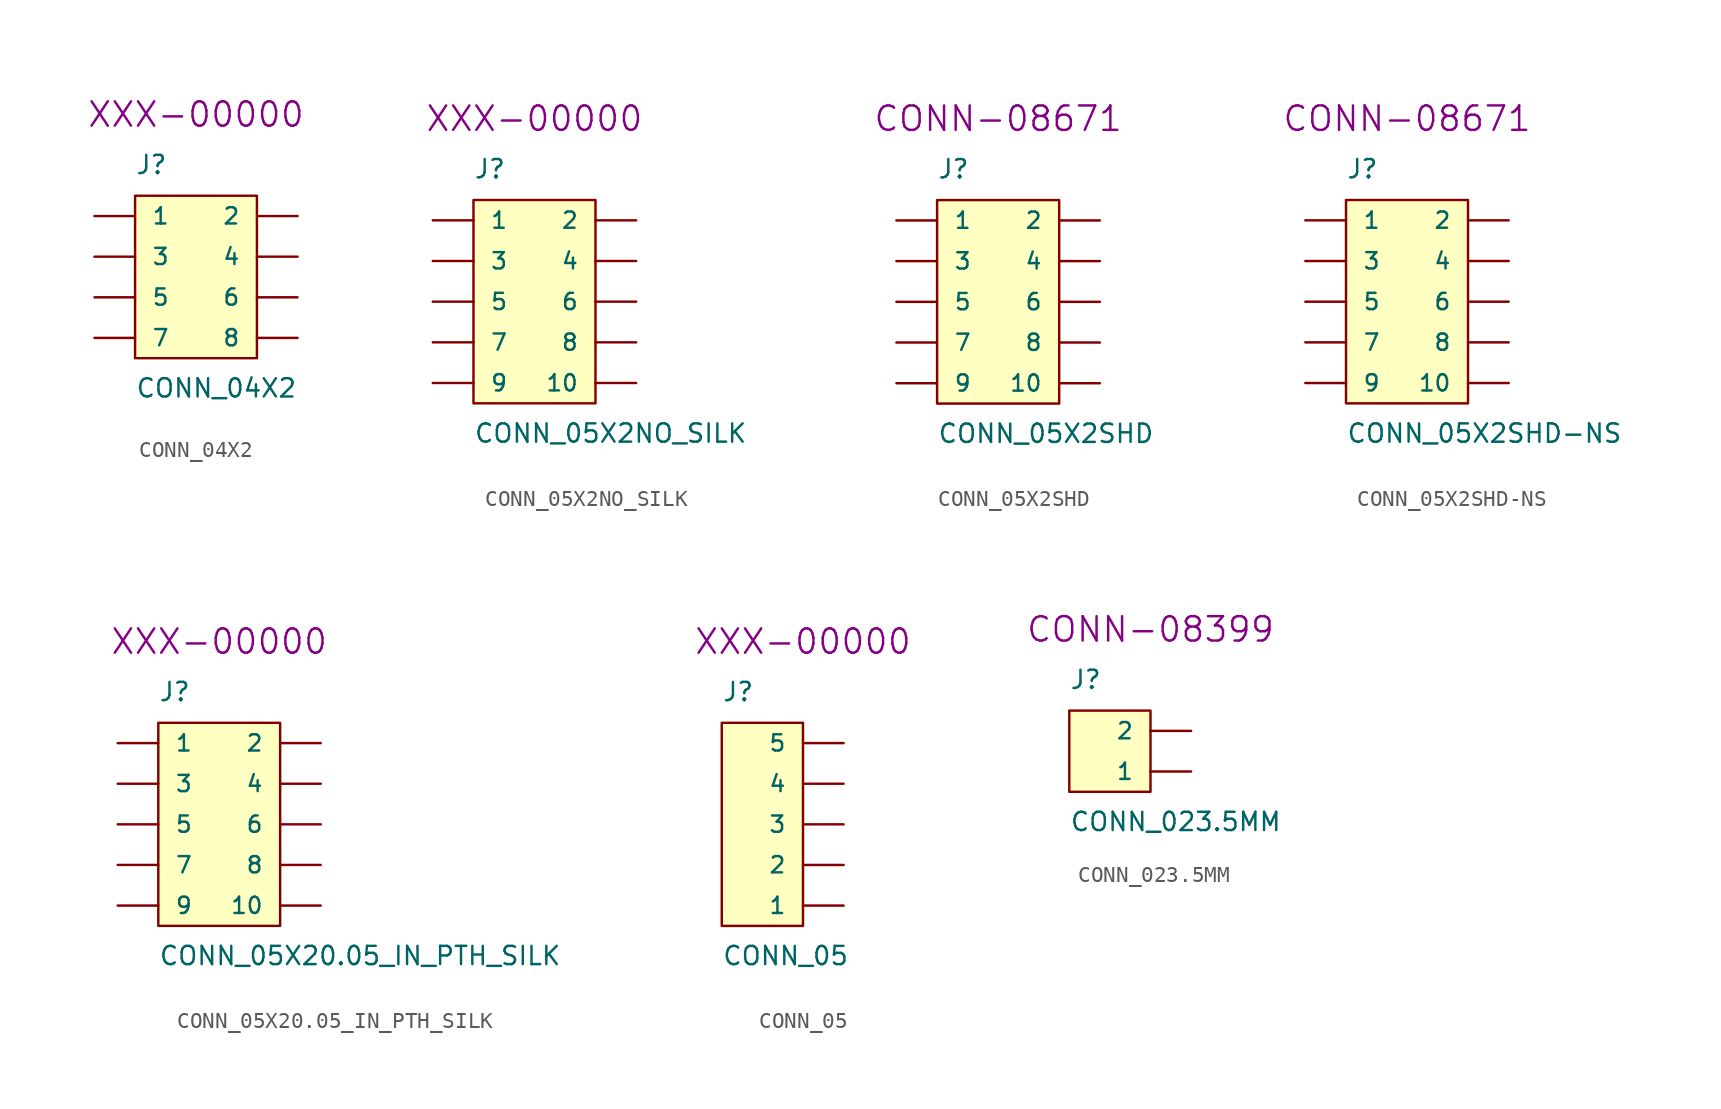
<source format=kicad_sym>
(kicad_symbol_lib
  (version 20201005)
  (generator kicad_symbol_editor)
  (symbol "CONN_04X2"
    (pin_numbers hide)
    (pin_names
      (offset 1.016))
    (property "Reference" "J"
      (at -3.81 6.35 0)
      (effects (font (size 1.143 1.143)) (justify left bottom)))
    (property "Value" "CONN_04X2"
      (at -3.81 -7.62 0)
      (effects (font (size 1.143 1.143)) (justify left bottom)))
    (property "Field4" "XXX-00000"
      (at 0 10.16 0)
      (effects (font (size 1.524 1.524))))
    (property "ki_locked" ""
      (at 0 0 0)
      (effects (font (size 1.27 1.27))))
    (symbol "CONN_04X2_0_1"
      (rectangle (start 3.81 -5.08) (end -3.81 5.08) (stroke (width 0)) (fill (type background))))
    (symbol "CONN_04X2_1_1"
      (pin passive line (at -6.35 3.81 0) (length 2.54) (name "1" (effects (font (size 1.016 1.016)))) (number "1" (effects (font (size 1.016 1.016)))))
      (pin passive line (at 6.35 3.81 180) (length 2.54) (name "2" (effects (font (size 1.016 1.016)))) (number "2" (effects (font (size 1.016 1.016)))))
      (pin passive line (at -6.35 1.27 0) (length 2.54) (name "3" (effects (font (size 1.016 1.016)))) (number "3" (effects (font (size 1.016 1.016)))))
      (pin passive line (at 6.35 1.27 180) (length 2.54) (name "4" (effects (font (size 1.016 1.016)))) (number "4" (effects (font (size 1.016 1.016)))))
      (pin passive line (at -6.35 -1.27 0) (length 2.54) (name "5" (effects (font (size 1.016 1.016)))) (number "5" (effects (font (size 1.016 1.016)))))
      (pin passive line (at 6.35 -1.27 180) (length 2.54) (name "6" (effects (font (size 1.016 1.016)))) (number "6" (effects (font (size 1.016 1.016)))))
      (pin passive line (at -6.35 -3.81 0) (length 2.54) (name "7" (effects (font (size 1.016 1.016)))) (number "7" (effects (font (size 1.016 1.016)))))
      (pin passive line (at 6.35 -3.81 180) (length 2.54) (name "8" (effects (font (size 1.016 1.016)))) (number "8" (effects (font (size 1.016 1.016)))))))
  (symbol "CONN_05X2NO_SILK"
    (pin_numbers hide)
    (pin_names
      (offset 1.016))
    (property "Reference" "J"
      (at -3.81 7.62 0)
      (effects (font (size 1.143 1.143)) (justify left bottom)))
    (property "Value" "CONN_05X2NO_SILK"
      (at -3.81 -8.89 0)
      (effects (font (size 1.143 1.143)) (justify left bottom)))
    (property "Field4" "XXX-00000"
      (at 0 11.43 0)
      (effects (font (size 1.524 1.524))))
    (property "ki_locked" ""
      (at 0 0 0)
      (effects (font (size 1.27 1.27))))
    (symbol "CONN_05X2NO_SILK_0_1"
      (rectangle (start 3.81 -6.35) (end -3.81 6.35) (stroke (width 0)) (fill (type background))))
    (symbol "CONN_05X2NO_SILK_1_1"
      (pin passive line (at -6.35 5.08 0) (length 2.54) (name "1" (effects (font (size 1.016 1.016)))) (number "1" (effects (font (size 1.016 1.016)))))
      (pin passive line (at 6.35 5.08 180) (length 2.54) (name "2" (effects (font (size 1.016 1.016)))) (number "2" (effects (font (size 1.016 1.016)))))
      (pin passive line (at -6.35 2.54 0) (length 2.54) (name "3" (effects (font (size 1.016 1.016)))) (number "3" (effects (font (size 1.016 1.016)))))
      (pin passive line (at 6.35 2.54 180) (length 2.54) (name "4" (effects (font (size 1.016 1.016)))) (number "4" (effects (font (size 1.016 1.016)))))
      (pin passive line (at -6.35 0 0) (length 2.54) (name "5" (effects (font (size 1.016 1.016)))) (number "5" (effects (font (size 1.016 1.016)))))
      (pin passive line (at 6.35 0 180) (length 2.54) (name "6" (effects (font (size 1.016 1.016)))) (number "6" (effects (font (size 1.016 1.016)))))
      (pin passive line (at -6.35 -2.54 0) (length 2.54) (name "7" (effects (font (size 1.016 1.016)))) (number "7" (effects (font (size 1.016 1.016)))))
      (pin passive line (at 6.35 -2.54 180) (length 2.54) (name "8" (effects (font (size 1.016 1.016)))) (number "8" (effects (font (size 1.016 1.016)))))
      (pin passive line (at -6.35 -5.08 0) (length 2.54) (name "9" (effects (font (size 1.016 1.016)))) (number "9" (effects (font (size 1.016 1.016)))))
      (pin passive line (at 6.35 -5.08 180) (length 2.54) (name "10" (effects (font (size 1.016 1.016)))) (number "10" (effects (font (size 1.016 1.016)))))))
  (symbol "CONN_05X2SHD"
    (pin_numbers hide)
    (pin_names
      (offset 1.016))
    (property "Reference" "J"
      (at -3.81 7.62 0)
      (effects (font (size 1.143 1.143)) (justify left bottom)))
    (property "Value" "CONN_05X2SHD"
      (at -3.81 -8.89 0)
      (effects (font (size 1.143 1.143)) (justify left bottom)))
    (property "Field4" "CONN-08671"
      (at 0 11.43 0)
      (effects (font (size 1.524 1.524))))
    (property "ki_locked" ""
      (at 0 0 0)
      (effects (font (size 1.27 1.27))))
    (symbol "CONN_05X2SHD_0_1"
      (rectangle (start 3.81 -6.35) (end -3.81 6.35) (stroke (width 0)) (fill (type background))))
    (symbol "CONN_05X2SHD_1_1"
      (pin passive line (at -6.35 5.08 0) (length 2.54) (name "1" (effects (font (size 1.016 1.016)))) (number "1" (effects (font (size 1.016 1.016)))))
      (pin passive line (at 6.35 5.08 180) (length 2.54) (name "2" (effects (font (size 1.016 1.016)))) (number "2" (effects (font (size 1.016 1.016)))))
      (pin passive line (at -6.35 2.54 0) (length 2.54) (name "3" (effects (font (size 1.016 1.016)))) (number "3" (effects (font (size 1.016 1.016)))))
      (pin passive line (at 6.35 2.54 180) (length 2.54) (name "4" (effects (font (size 1.016 1.016)))) (number "4" (effects (font (size 1.016 1.016)))))
      (pin passive line (at -6.35 0 0) (length 2.54) (name "5" (effects (font (size 1.016 1.016)))) (number "5" (effects (font (size 1.016 1.016)))))
      (pin passive line (at 6.35 0 180) (length 2.54) (name "6" (effects (font (size 1.016 1.016)))) (number "6" (effects (font (size 1.016 1.016)))))
      (pin passive line (at -6.35 -2.54 0) (length 2.54) (name "7" (effects (font (size 1.016 1.016)))) (number "7" (effects (font (size 1.016 1.016)))))
      (pin passive line (at 6.35 -2.54 180) (length 2.54) (name "8" (effects (font (size 1.016 1.016)))) (number "8" (effects (font (size 1.016 1.016)))))
      (pin passive line (at -6.35 -5.08 0) (length 2.54) (name "9" (effects (font (size 1.016 1.016)))) (number "9" (effects (font (size 1.016 1.016)))))
      (pin passive line (at 6.35 -5.08 180) (length 2.54) (name "10" (effects (font (size 1.016 1.016)))) (number "10" (effects (font (size 1.016 1.016)))))))
  (symbol "CONN_05X2SHD-NS"
    (pin_numbers hide)
    (pin_names
      (offset 1.016))
    (property "Reference" "J"
      (at -3.81 7.62 0)
      (effects (font (size 1.143 1.143)) (justify left bottom)))
    (property "Value" "CONN_05X2SHD-NS"
      (at -3.81 -8.89 0)
      (effects (font (size 1.143 1.143)) (justify left bottom)))
    (property "Field4" "CONN-08671"
      (at 0 11.43 0)
      (effects (font (size 1.524 1.524))))
    (property "ki_locked" ""
      (at 0 0 0)
      (effects (font (size 1.27 1.27))))
    (symbol "CONN_05X2SHD-NS_0_1"
      (rectangle (start 3.81 -6.35) (end -3.81 6.35) (stroke (width 0)) (fill (type background))))
    (symbol "CONN_05X2SHD-NS_1_1"
      (pin passive line (at -6.35 5.08 0) (length 2.54) (name "1" (effects (font (size 1.016 1.016)))) (number "1" (effects (font (size 1.016 1.016)))))
      (pin passive line (at 6.35 5.08 180) (length 2.54) (name "2" (effects (font (size 1.016 1.016)))) (number "2" (effects (font (size 1.016 1.016)))))
      (pin passive line (at -6.35 2.54 0) (length 2.54) (name "3" (effects (font (size 1.016 1.016)))) (number "3" (effects (font (size 1.016 1.016)))))
      (pin passive line (at 6.35 2.54 180) (length 2.54) (name "4" (effects (font (size 1.016 1.016)))) (number "4" (effects (font (size 1.016 1.016)))))
      (pin passive line (at -6.35 0 0) (length 2.54) (name "5" (effects (font (size 1.016 1.016)))) (number "5" (effects (font (size 1.016 1.016)))))
      (pin passive line (at 6.35 0 180) (length 2.54) (name "6" (effects (font (size 1.016 1.016)))) (number "6" (effects (font (size 1.016 1.016)))))
      (pin passive line (at -6.35 -2.54 0) (length 2.54) (name "7" (effects (font (size 1.016 1.016)))) (number "7" (effects (font (size 1.016 1.016)))))
      (pin passive line (at 6.35 -2.54 180) (length 2.54) (name "8" (effects (font (size 1.016 1.016)))) (number "8" (effects (font (size 1.016 1.016)))))
      (pin passive line (at -6.35 -5.08 0) (length 2.54) (name "9" (effects (font (size 1.016 1.016)))) (number "9" (effects (font (size 1.016 1.016)))))
      (pin passive line (at 6.35 -5.08 180) (length 2.54) (name "10" (effects (font (size 1.016 1.016)))) (number "10" (effects (font (size 1.016 1.016)))))))
  (symbol "CONN_05X20.05_IN_PTH_SILK"
    (pin_numbers hide)
    (pin_names
      (offset 1.016))
    (property "Reference" "J"
      (at -3.81 7.62 0)
      (effects (font (size 1.143 1.143)) (justify left bottom)))
    (property "Value" "CONN_05X20.05_IN_PTH_SILK"
      (at -3.81 -8.89 0)
      (effects (font (size 1.143 1.143)) (justify left bottom)))
    (property "Field4" "XXX-00000"
      (at 0 11.43 0)
      (effects (font (size 1.524 1.524))))
    (property "ki_locked" ""
      (at 0 0 0)
      (effects (font (size 1.27 1.27))))
    (symbol "CONN_05X20.05_IN_PTH_SILK_0_1"
      (rectangle (start 3.81 -6.35) (end -3.81 6.35) (stroke (width 0)) (fill (type background))))
    (symbol "CONN_05X20.05_IN_PTH_SILK_1_1"
      (pin passive line (at -6.35 5.08 0) (length 2.54) (name "1" (effects (font (size 1.016 1.016)))) (number "1" (effects (font (size 1.016 1.016)))))
      (pin passive line (at 6.35 5.08 180) (length 2.54) (name "2" (effects (font (size 1.016 1.016)))) (number "2" (effects (font (size 1.016 1.016)))))
      (pin passive line (at -6.35 2.54 0) (length 2.54) (name "3" (effects (font (size 1.016 1.016)))) (number "3" (effects (font (size 1.016 1.016)))))
      (pin passive line (at 6.35 2.54 180) (length 2.54) (name "4" (effects (font (size 1.016 1.016)))) (number "4" (effects (font (size 1.016 1.016)))))
      (pin passive line (at -6.35 0 0) (length 2.54) (name "5" (effects (font (size 1.016 1.016)))) (number "5" (effects (font (size 1.016 1.016)))))
      (pin passive line (at 6.35 0 180) (length 2.54) (name "6" (effects (font (size 1.016 1.016)))) (number "6" (effects (font (size 1.016 1.016)))))
      (pin passive line (at -6.35 -2.54 0) (length 2.54) (name "7" (effects (font (size 1.016 1.016)))) (number "7" (effects (font (size 1.016 1.016)))))
      (pin passive line (at 6.35 -2.54 180) (length 2.54) (name "8" (effects (font (size 1.016 1.016)))) (number "8" (effects (font (size 1.016 1.016)))))
      (pin passive line (at -6.35 -5.08 0) (length 2.54) (name "9" (effects (font (size 1.016 1.016)))) (number "9" (effects (font (size 1.016 1.016)))))
      (pin passive line (at 6.35 -5.08 180) (length 2.54) (name "10" (effects (font (size 1.016 1.016)))) (number "10" (effects (font (size 1.016 1.016)))))))
  (symbol "CONN_05"
    (pin_numbers hide)
    (pin_names
      (offset 1.016))
    (property "Reference" "J"
      (at -5.08 12.7 0)
      (effects (font (size 1.143 1.143)) (justify left bottom)))
    (property "Value" "CONN_05"
      (at -5.08 -3.81 0)
      (effects (font (size 1.143 1.143)) (justify left bottom)))
    (property "Field4" "XXX-00000"
      (at 0 16.51 0)
      (effects (font (size 1.524 1.524))))
    (property "ki_locked" ""
      (at 0 0 0)
      (effects (font (size 1.27 1.27))))
    (symbol "CONN_05_0_1"
      (rectangle (start 0 -1.27) (end -5.08 11.43) (stroke (width 0)) (fill (type background))))
    (symbol "CONN_05_1_1"
      (pin passive line (at 2.54 0 180) (length 2.54) (name "1" (effects (font (size 1.016 1.016)))) (number "1" (effects (font (size 1.016 1.016)))))
      (pin passive line (at 2.54 2.54 180) (length 2.54) (name "2" (effects (font (size 1.016 1.016)))) (number "2" (effects (font (size 1.016 1.016)))))
      (pin passive line (at 2.54 5.08 180) (length 2.54) (name "3" (effects (font (size 1.016 1.016)))) (number "3" (effects (font (size 1.016 1.016)))))
      (pin passive line (at 2.54 7.62 180) (length 2.54) (name "4" (effects (font (size 1.016 1.016)))) (number "4" (effects (font (size 1.016 1.016)))))
      (pin passive line (at 2.54 10.16 180) (length 2.54) (name "5" (effects (font (size 1.016 1.016)))) (number "5" (effects (font (size 1.016 1.016)))))))
  (symbol "CONN_023.5MM"
    (pin_numbers hide)
    (pin_names
      (offset 1.016))
    (property "Reference" "J"
      (at -5.08 5.08 0)
      (effects (font (size 1.143 1.143)) (justify left bottom)))
    (property "Value" "CONN_023.5MM"
      (at -5.08 -3.81 0)
      (effects (font (size 1.143 1.143)) (justify left bottom)))
    (property "Field4" "CONN-08399"
      (at 0 8.89 0)
      (effects (font (size 1.524 1.524))))
    (property "ki_locked" ""
      (at 0 0 0)
      (effects (font (size 1.27 1.27))))
    (symbol "CONN_023.5MM_1_0"
      (rectangle (start 0 -1.27) (end -5.08 3.81) (stroke (width 0)) (fill (type background))))
    (symbol "CONN_023.5MM_1_1"
      (pin passive line (at 2.54 0 180) (length 2.54) (name "1" (effects (font (size 1.016 1.016)))) (number "1" (effects (font (size 1.016 1.016)))))
      (pin passive line (at 2.54 2.54 180) (length 2.54) (name "2" (effects (font (size 1.016 1.016)))) (number "2" (effects (font (size 1.016 1.016))))))))
</source>
